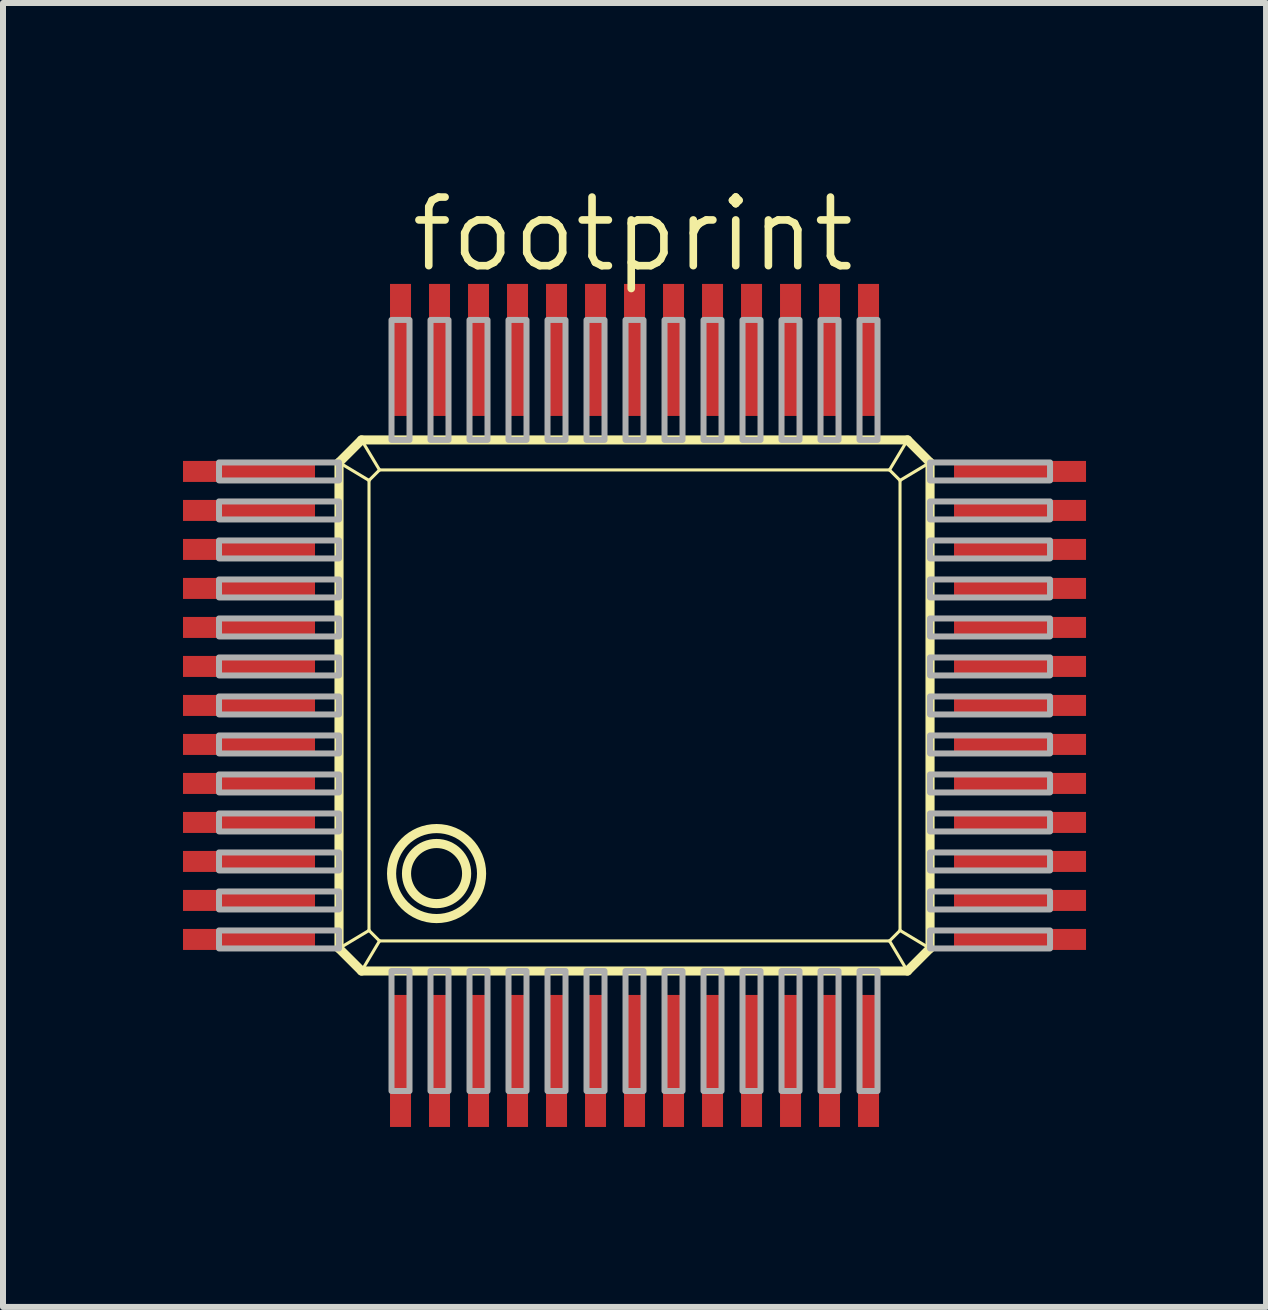
<source format=kicad_pcb>
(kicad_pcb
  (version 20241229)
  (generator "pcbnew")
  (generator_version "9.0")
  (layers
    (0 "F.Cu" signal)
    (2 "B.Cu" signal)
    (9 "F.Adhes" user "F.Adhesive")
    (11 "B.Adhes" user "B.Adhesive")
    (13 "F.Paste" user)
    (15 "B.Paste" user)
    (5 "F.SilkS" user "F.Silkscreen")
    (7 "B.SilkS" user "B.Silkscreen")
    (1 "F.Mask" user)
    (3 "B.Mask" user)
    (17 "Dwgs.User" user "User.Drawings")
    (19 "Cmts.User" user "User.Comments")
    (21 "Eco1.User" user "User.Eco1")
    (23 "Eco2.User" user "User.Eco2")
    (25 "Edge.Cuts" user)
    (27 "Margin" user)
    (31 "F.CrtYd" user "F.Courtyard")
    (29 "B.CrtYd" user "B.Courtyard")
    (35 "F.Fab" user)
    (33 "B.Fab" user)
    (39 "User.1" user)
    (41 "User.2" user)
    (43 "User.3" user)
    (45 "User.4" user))
  (footprint "footprint"
    (layer "F.Cu")
    (at 7.2 8.382)
    (property "Reference" "footprint" (at -3.46 -6.858 0) (layer "F.SilkS") (effects (font (size 1.143 1.143) (thickness 0.127)) (justify left bottom)))
    (fp_line (start -4.6 -3.725) (end -4.225 -4.1) (stroke (width 0.152) (type solid)) (layer "F.SilkS"))
    (fp_line (start -4.6 -3.725) (end -4.1 -3.425) (stroke (width 0.051) (type solid)) (layer "F.SilkS"))
    (fp_line (start -4.6 4.375) (end -4.6 -3.725) (stroke (width 0.152) (type solid)) (layer "F.SilkS"))
    (fp_line (start -4.6 4.375) (end -4.1 4.075) (stroke (width 0.051) (type solid)) (layer "F.SilkS"))
    (fp_line (start -4.225 -4.1) (end -3.925 -3.6) (stroke (width 0.051) (type solid)) (layer "F.SilkS"))
    (fp_line (start -4.225 -4.1) (end 4.875 -4.1) (stroke (width 0.152) (type solid)) (layer "F.SilkS"))
    (fp_line (start -4.224 4.751) (end -4.6 4.375) (stroke (width 0.152) (type solid)) (layer "F.SilkS"))
    (fp_line (start -4.224 4.751) (end -3.925 4.25) (stroke (width 0.051) (type solid)) (layer "F.SilkS"))
    (fp_line (start -4.1 -3.425) (end -3.925 -3.6) (stroke (width 0.051) (type solid)) (layer "F.SilkS"))
    (fp_line (start -4.1 4.075) (end -4.1 -3.425) (stroke (width 0.051) (type solid)) (layer "F.SilkS"))
    (fp_line (start -3.925 -3.6) (end 4.575 -3.6) (stroke (width 0.051) (type solid)) (layer "F.SilkS"))
    (fp_line (start -3.925 4.25) (end -4.1 4.075) (stroke (width 0.051) (type solid)) (layer "F.SilkS"))
    (fp_line (start 4.575 -3.6) (end 4.75 -3.425) (stroke (width 0.051) (type solid)) (layer "F.SilkS"))
    (fp_line (start 4.575 4.25) (end -3.925 4.25) (stroke (width 0.051) (type solid)) (layer "F.SilkS"))
    (fp_line (start 4.75 -3.425) (end 4.75 4.075) (stroke (width 0.051) (type solid)) (layer "F.SilkS"))
    (fp_line (start 4.75 4.075) (end 4.575 4.25) (stroke (width 0.051) (type solid)) (layer "F.SilkS"))
    (fp_line (start 4.874 4.751) (end -4.224 4.751) (stroke (width 0.152) (type solid)) (layer "F.SilkS"))
    (fp_line (start 4.874 4.751) (end 4.575 4.25) (stroke (width 0.051) (type solid)) (layer "F.SilkS"))
    (fp_line (start 4.875 -4.1) (end 4.575 -3.6) (stroke (width 0.051) (type solid)) (layer "F.SilkS"))
    (fp_line (start 4.875 -4.1) (end 5.25 -3.725) (stroke (width 0.152) (type solid)) (layer "F.SilkS"))
    (fp_line (start 5.25 -3.725) (end 4.75 -3.425) (stroke (width 0.051) (type solid)) (layer "F.SilkS"))
    (fp_line (start 5.25 -3.725) (end 5.25 4.375) (stroke (width 0.152) (type solid)) (layer "F.SilkS"))
    (fp_line (start 5.25 4.375) (end 4.75 4.075) (stroke (width 0.051) (type solid)) (layer "F.SilkS"))
    (fp_line (start 5.25 4.375) (end 4.874 4.751) (stroke (width 0.152) (type solid)) (layer "F.SilkS"))
    (fp_circle (center -2.974 3.127) (end -2.473 3.127) (stroke (width 0.152) (type solid)) (fill no) (layer "F.SilkS"))
    (fp_circle (center -2.974 3.127) (end -2.224 3.127) (stroke (width 0.152) (type solid)) (fill no) (layer "F.SilkS"))
    (fp_poly (pts (xy -6.6 -3.425) (xy -4.6 -3.425) (xy -4.6 -3.725) (xy -6.6 -3.725)) (stroke (width 0.1) (type solid)) (fill no) (layer "F.Fab"))
    (fp_poly (pts (xy -6.6 -2.775) (xy -4.6 -2.775) (xy -4.6 -3.075) (xy -6.6 -3.075)) (stroke (width 0.1) (type solid)) (fill no) (layer "F.Fab"))
    (fp_poly (pts (xy -6.6 -2.125) (xy -4.6 -2.125) (xy -4.6 -2.425) (xy -6.6 -2.425)) (stroke (width 0.1) (type solid)) (fill no) (layer "F.Fab"))
    (fp_poly (pts (xy -6.6 -1.475) (xy -4.6 -1.475) (xy -4.6 -1.775) (xy -6.6 -1.775)) (stroke (width 0.1) (type solid)) (fill no) (layer "F.Fab"))
    (fp_poly (pts (xy -6.6 -0.825) (xy -4.6 -0.825) (xy -4.6 -1.125) (xy -6.6 -1.125)) (stroke (width 0.1) (type solid)) (fill no) (layer "F.Fab"))
    (fp_poly (pts (xy -6.6 -0.175) (xy -4.6 -0.175) (xy -4.6 -0.475) (xy -6.6 -0.475)) (stroke (width 0.1) (type solid)) (fill no) (layer "F.Fab"))
    (fp_poly (pts (xy -6.6 0.475) (xy -4.6 0.475) (xy -4.6 0.175) (xy -6.6 0.175)) (stroke (width 0.1) (type solid)) (fill no) (layer "F.Fab"))
    (fp_poly (pts (xy -6.6 1.125) (xy -4.6 1.125) (xy -4.6 0.825) (xy -6.6 0.825)) (stroke (width 0.1) (type solid)) (fill no) (layer "F.Fab"))
    (fp_poly (pts (xy -6.6 1.775) (xy -4.6 1.775) (xy -4.6 1.475) (xy -6.6 1.475)) (stroke (width 0.1) (type solid)) (fill no) (layer "F.Fab"))
    (fp_poly (pts (xy -6.6 2.425) (xy -4.6 2.425) (xy -4.6 2.125) (xy -6.6 2.125)) (stroke (width 0.1) (type solid)) (fill no) (layer "F.Fab"))
    (fp_poly (pts (xy -6.6 3.075) (xy -4.6 3.075) (xy -4.6 2.775) (xy -6.6 2.775)) (stroke (width 0.1) (type solid)) (fill no) (layer "F.Fab"))
    (fp_poly (pts (xy -6.6 3.725) (xy -4.6 3.725) (xy -4.6 3.425) (xy -6.6 3.425)) (stroke (width 0.1) (type solid)) (fill no) (layer "F.Fab"))
    (fp_poly (pts (xy -6.6 4.375) (xy -4.6 4.375) (xy -4.6 4.075) (xy -6.6 4.075)) (stroke (width 0.1) (type solid)) (fill no) (layer "F.Fab"))
    (fp_poly (pts (xy -3.725 -4.1) (xy -3.425 -4.1) (xy -3.425 -6.1) (xy -3.725 -6.1)) (stroke (width 0.1) (type solid)) (fill no) (layer "F.Fab"))
    (fp_poly (pts (xy -3.725 6.751) (xy -3.425 6.751) (xy -3.425 4.751) (xy -3.725 4.751)) (stroke (width 0.1) (type solid)) (fill no) (layer "F.Fab"))
    (fp_poly (pts (xy -3.075 -4.1) (xy -2.775 -4.1) (xy -2.775 -6.1) (xy -3.075 -6.1)) (stroke (width 0.1) (type solid)) (fill no) (layer "F.Fab"))
    (fp_poly (pts (xy -3.075 6.751) (xy -2.775 6.751) (xy -2.775 4.751) (xy -3.075 4.751)) (stroke (width 0.1) (type solid)) (fill no) (layer "F.Fab"))
    (fp_poly (pts (xy -2.425 -4.1) (xy -2.125 -4.1) (xy -2.125 -6.1) (xy -2.425 -6.1)) (stroke (width 0.1) (type solid)) (fill no) (layer "F.Fab"))
    (fp_poly (pts (xy -2.425 6.751) (xy -2.125 6.751) (xy -2.125 4.751) (xy -2.425 4.751)) (stroke (width 0.1) (type solid)) (fill no) (layer "F.Fab"))
    (fp_poly (pts (xy -1.775 -4.1) (xy -1.475 -4.1) (xy -1.475 -6.1) (xy -1.775 -6.1)) (stroke (width 0.1) (type solid)) (fill no) (layer "F.Fab"))
    (fp_poly (pts (xy -1.775 6.751) (xy -1.475 6.751) (xy -1.475 4.751) (xy -1.775 4.751)) (stroke (width 0.1) (type solid)) (fill no) (layer "F.Fab"))
    (fp_poly (pts (xy -1.125 -4.1) (xy -0.825 -4.1) (xy -0.825 -6.1) (xy -1.125 -6.1)) (stroke (width 0.1) (type solid)) (fill no) (layer "F.Fab"))
    (fp_poly (pts (xy -1.125 6.751) (xy -0.825 6.751) (xy -0.825 4.751) (xy -1.125 4.751)) (stroke (width 0.1) (type solid)) (fill no) (layer "F.Fab"))
    (fp_poly (pts (xy -0.475 -4.1) (xy -0.175 -4.1) (xy -0.175 -6.1) (xy -0.475 -6.1)) (stroke (width 0.1) (type solid)) (fill no) (layer "F.Fab"))
    (fp_poly (pts (xy -0.475 6.751) (xy -0.175 6.751) (xy -0.175 4.751) (xy -0.475 4.751)) (stroke (width 0.1) (type solid)) (fill no) (layer "F.Fab"))
    (fp_poly (pts (xy 0.175 -4.1) (xy 0.475 -4.1) (xy 0.475 -6.1) (xy 0.175 -6.1)) (stroke (width 0.1) (type solid)) (fill no) (layer "F.Fab"))
    (fp_poly (pts (xy 0.175 6.751) (xy 0.475 6.751) (xy 0.475 4.751) (xy 0.175 4.751)) (stroke (width 0.1) (type solid)) (fill no) (layer "F.Fab"))
    (fp_poly (pts (xy 0.825 -4.1) (xy 1.125 -4.1) (xy 1.125 -6.1) (xy 0.825 -6.1)) (stroke (width 0.1) (type solid)) (fill no) (layer "F.Fab"))
    (fp_poly (pts (xy 0.825 6.751) (xy 1.125 6.751) (xy 1.125 4.751) (xy 0.825 4.751)) (stroke (width 0.1) (type solid)) (fill no) (layer "F.Fab"))
    (fp_poly (pts (xy 1.475 -4.1) (xy 1.775 -4.1) (xy 1.775 -6.1) (xy 1.475 -6.1)) (stroke (width 0.1) (type solid)) (fill no) (layer "F.Fab"))
    (fp_poly (pts (xy 1.475 6.751) (xy 1.775 6.751) (xy 1.775 4.751) (xy 1.475 4.751)) (stroke (width 0.1) (type solid)) (fill no) (layer "F.Fab"))
    (fp_poly (pts (xy 2.125 -4.1) (xy 2.425 -4.1) (xy 2.425 -6.1) (xy 2.125 -6.1)) (stroke (width 0.1) (type solid)) (fill no) (layer "F.Fab"))
    (fp_poly (pts (xy 2.125 6.751) (xy 2.425 6.751) (xy 2.425 4.751) (xy 2.125 4.751)) (stroke (width 0.1) (type solid)) (fill no) (layer "F.Fab"))
    (fp_poly (pts (xy 2.775 -4.1) (xy 3.075 -4.1) (xy 3.075 -6.1) (xy 2.775 -6.1)) (stroke (width 0.1) (type solid)) (fill no) (layer "F.Fab"))
    (fp_poly (pts (xy 2.775 6.751) (xy 3.075 6.751) (xy 3.075 4.751) (xy 2.775 4.751)) (stroke (width 0.1) (type solid)) (fill no) (layer "F.Fab"))
    (fp_poly (pts (xy 3.425 -4.1) (xy 3.725 -4.1) (xy 3.725 -6.1) (xy 3.425 -6.1)) (stroke (width 0.1) (type solid)) (fill no) (layer "F.Fab"))
    (fp_poly (pts (xy 3.425 6.751) (xy 3.725 6.751) (xy 3.725 4.751) (xy 3.425 4.751)) (stroke (width 0.1) (type solid)) (fill no) (layer "F.Fab"))
    (fp_poly (pts (xy 4.075 -4.1) (xy 4.375 -4.1) (xy 4.375 -6.1) (xy 4.075 -6.1)) (stroke (width 0.1) (type solid)) (fill no) (layer "F.Fab"))
    (fp_poly (pts (xy 4.075 6.751) (xy 4.375 6.751) (xy 4.375 4.751) (xy 4.075 4.751)) (stroke (width 0.1) (type solid)) (fill no) (layer "F.Fab"))
    (fp_poly (pts (xy 5.25 -3.425) (xy 7.25 -3.425) (xy 7.25 -3.725) (xy 5.25 -3.725)) (stroke (width 0.1) (type solid)) (fill no) (layer "F.Fab"))
    (fp_poly (pts (xy 5.25 -2.775) (xy 7.25 -2.775) (xy 7.25 -3.075) (xy 5.25 -3.075)) (stroke (width 0.1) (type solid)) (fill no) (layer "F.Fab"))
    (fp_poly (pts (xy 5.25 -2.125) (xy 7.25 -2.125) (xy 7.25 -2.425) (xy 5.25 -2.425)) (stroke (width 0.1) (type solid)) (fill no) (layer "F.Fab"))
    (fp_poly (pts (xy 5.25 -1.475) (xy 7.25 -1.475) (xy 7.25 -1.775) (xy 5.25 -1.775)) (stroke (width 0.1) (type solid)) (fill no) (layer "F.Fab"))
    (fp_poly (pts (xy 5.25 -0.825) (xy 7.25 -0.825) (xy 7.25 -1.125) (xy 5.25 -1.125)) (stroke (width 0.1) (type solid)) (fill no) (layer "F.Fab"))
    (fp_poly (pts (xy 5.25 -0.175) (xy 7.25 -0.175) (xy 7.25 -0.475) (xy 5.25 -0.475)) (stroke (width 0.1) (type solid)) (fill no) (layer "F.Fab"))
    (fp_poly (pts (xy 5.25 0.475) (xy 7.25 0.475) (xy 7.25 0.175) (xy 5.25 0.175)) (stroke (width 0.1) (type solid)) (fill no) (layer "F.Fab"))
    (fp_poly (pts (xy 5.25 1.125) (xy 7.25 1.125) (xy 7.25 0.825) (xy 5.25 0.825)) (stroke (width 0.1) (type solid)) (fill no) (layer "F.Fab"))
    (fp_poly (pts (xy 5.25 1.775) (xy 7.25 1.775) (xy 7.25 1.475) (xy 5.25 1.475)) (stroke (width 0.1) (type solid)) (fill no) (layer "F.Fab"))
    (fp_poly (pts (xy 5.25 2.425) (xy 7.25 2.425) (xy 7.25 2.125) (xy 5.25 2.125)) (stroke (width 0.1) (type solid)) (fill no) (layer "F.Fab"))
    (fp_poly (pts (xy 5.25 3.075) (xy 7.25 3.075) (xy 7.25 2.775) (xy 5.25 2.775)) (stroke (width 0.1) (type solid)) (fill no) (layer "F.Fab"))
    (fp_poly (pts (xy 5.25 3.725) (xy 7.25 3.725) (xy 7.25 3.425) (xy 5.25 3.425)) (stroke (width 0.1) (type solid)) (fill no) (layer "F.Fab"))
    (fp_poly (pts (xy 5.25 4.375) (xy 7.25 4.375) (xy 7.25 4.075) (xy 5.25 4.075)) (stroke (width 0.1) (type solid)) (fill no) (layer "F.Fab"))
    (pad "1" smd rect (at -3.575 6.25) (size 0.35 2.2) (layers "F.Cu" "F.Mask" "F.Paste"))
    (pad "2" smd rect (at -2.925 6.25) (size 0.35 2.2) (layers "F.Cu" "F.Mask" "F.Paste"))
    (pad "3" smd rect (at -2.275 6.25) (size 0.35 2.2) (layers "F.Cu" "F.Mask" "F.Paste"))
    (pad "4" smd rect (at -1.625 6.25) (size 0.35 2.2) (layers "F.Cu" "F.Mask" "F.Paste"))
    (pad "5" smd rect (at -0.975 6.25) (size 0.35 2.2) (layers "F.Cu" "F.Mask" "F.Paste"))
    (pad "6" smd rect (at -0.325 6.25) (size 0.35 2.2) (layers "F.Cu" "F.Mask" "F.Paste"))
    (pad "7" smd rect (at 0.325 6.25) (size 0.35 2.2) (layers "F.Cu" "F.Mask" "F.Paste"))
    (pad "8" smd rect (at 0.975 6.25) (size 0.35 2.2) (layers "F.Cu" "F.Mask" "F.Paste"))
    (pad "9" smd rect (at 1.625 6.25) (size 0.35 2.2) (layers "F.Cu" "F.Mask" "F.Paste"))
    (pad "10" smd rect (at 2.275 6.25) (size 0.35 2.2) (layers "F.Cu" "F.Mask" "F.Paste"))
    (pad "11" smd rect (at 2.925 6.25) (size 0.35 2.2) (layers "F.Cu" "F.Mask" "F.Paste"))
    (pad "12" smd rect (at 3.575 6.25) (size 0.35 2.2) (layers "F.Cu" "F.Mask" "F.Paste"))
    (pad "13" smd rect (at 4.225 6.25) (size 0.35 2.2) (layers "F.Cu" "F.Mask" "F.Paste"))
    (pad "14" smd rect (at 6.75 4.225) (size 2.2 0.35) (layers "F.Cu" "F.Mask" "F.Paste"))
    (pad "15" smd rect (at 6.75 3.575) (size 2.2 0.35) (layers "F.Cu" "F.Mask" "F.Paste"))
    (pad "16" smd rect (at 6.75 2.925) (size 2.2 0.35) (layers "F.Cu" "F.Mask" "F.Paste"))
    (pad "17" smd rect (at 6.75 2.275) (size 2.2 0.35) (layers "F.Cu" "F.Mask" "F.Paste"))
    (pad "18" smd rect (at 6.75 1.625) (size 2.2 0.35) (layers "F.Cu" "F.Mask" "F.Paste"))
    (pad "19" smd rect (at 6.75 0.975) (size 2.2 0.35) (layers "F.Cu" "F.Mask" "F.Paste"))
    (pad "20" smd rect (at 6.75 0.325) (size 2.2 0.35) (layers "F.Cu" "F.Mask" "F.Paste"))
    (pad "21" smd rect (at 6.75 -0.325) (size 2.2 0.35) (layers "F.Cu" "F.Mask" "F.Paste"))
    (pad "22" smd rect (at 6.75 -0.975) (size 2.2 0.35) (layers "F.Cu" "F.Mask" "F.Paste"))
    (pad "23" smd rect (at 6.75 -1.625) (size 2.2 0.35) (layers "F.Cu" "F.Mask" "F.Paste"))
    (pad "24" smd rect (at 6.75 -2.275) (size 2.2 0.35) (layers "F.Cu" "F.Mask" "F.Paste"))
    (pad "25" smd rect (at 6.75 -2.925) (size 2.2 0.35) (layers "F.Cu" "F.Mask" "F.Paste"))
    (pad "26" smd rect (at 6.75 -3.575) (size 2.2 0.35) (layers "F.Cu" "F.Mask" "F.Paste"))
    (pad "27" smd rect (at 4.225 -5.6) (size 0.35 2.2) (layers "F.Cu" "F.Mask" "F.Paste"))
    (pad "28" smd rect (at 3.575 -5.6) (size 0.35 2.2) (layers "F.Cu" "F.Mask" "F.Paste"))
    (pad "29" smd rect (at 2.925 -5.6) (size 0.35 2.2) (layers "F.Cu" "F.Mask" "F.Paste"))
    (pad "30" smd rect (at 2.275 -5.6) (size 0.35 2.2) (layers "F.Cu" "F.Mask" "F.Paste"))
    (pad "31" smd rect (at 1.625 -5.6) (size 0.35 2.2) (layers "F.Cu" "F.Mask" "F.Paste"))
    (pad "32" smd rect (at 0.975 -5.6) (size 0.35 2.2) (layers "F.Cu" "F.Mask" "F.Paste"))
    (pad "33" smd rect (at 0.325 -5.6) (size 0.35 2.2) (layers "F.Cu" "F.Mask" "F.Paste"))
    (pad "34" smd rect (at -0.325 -5.6) (size 0.35 2.2) (layers "F.Cu" "F.Mask" "F.Paste"))
    (pad "35" smd rect (at -0.975 -5.6) (size 0.35 2.2) (layers "F.Cu" "F.Mask" "F.Paste"))
    (pad "36" smd rect (at -1.625 -5.6) (size 0.35 2.2) (layers "F.Cu" "F.Mask" "F.Paste"))
    (pad "37" smd rect (at -2.275 -5.6) (size 0.35 2.2) (layers "F.Cu" "F.Mask" "F.Paste"))
    (pad "38" smd rect (at -2.925 -5.6) (size 0.35 2.2) (layers "F.Cu" "F.Mask" "F.Paste"))
    (pad "39" smd rect (at -3.575 -5.6) (size 0.35 2.2) (layers "F.Cu" "F.Mask" "F.Paste"))
    (pad "40" smd rect (at -6.1 -3.575) (size 2.2 0.35) (layers "F.Cu" "F.Mask" "F.Paste"))
    (pad "41" smd rect (at -6.1 -2.925) (size 2.2 0.35) (layers "F.Cu" "F.Mask" "F.Paste"))
    (pad "42" smd rect (at -6.1 -2.275) (size 2.2 0.35) (layers "F.Cu" "F.Mask" "F.Paste"))
    (pad "43" smd rect (at -6.1 -1.625) (size 2.2 0.35) (layers "F.Cu" "F.Mask" "F.Paste"))
    (pad "44" smd rect (at -6.1 -0.975) (size 2.2 0.35) (layers "F.Cu" "F.Mask" "F.Paste"))
    (pad "45" smd rect (at -6.1 -0.325) (size 2.2 0.35) (layers "F.Cu" "F.Mask" "F.Paste"))
    (pad "46" smd rect (at -6.1 0.325) (size 2.2 0.35) (layers "F.Cu" "F.Mask" "F.Paste"))
    (pad "47" smd rect (at -6.1 0.975) (size 2.2 0.35) (layers "F.Cu" "F.Mask" "F.Paste"))
    (pad "48" smd rect (at -6.1 1.625) (size 2.2 0.35) (layers "F.Cu" "F.Mask" "F.Paste"))
    (pad "49" smd rect (at -6.1 2.275) (size 2.2 0.35) (layers "F.Cu" "F.Mask" "F.Paste"))
    (pad "50" smd rect (at -6.1 2.925) (size 2.2 0.35) (layers "F.Cu" "F.Mask" "F.Paste"))
    (pad "51" smd rect (at -6.1 3.575) (size 2.2 0.35) (layers "F.Cu" "F.Mask" "F.Paste"))
    (pad "52" smd rect (at -6.1 4.225) (size 2.2 0.35) (layers "F.Cu" "F.Mask" "F.Paste")))
  (gr_rect
    (start -3 -3)
    (end 18.05 18.732)
    (stroke (width 0.1) (type default))
    (fill no)
    (layer "Edge.Cuts")))
</source>
